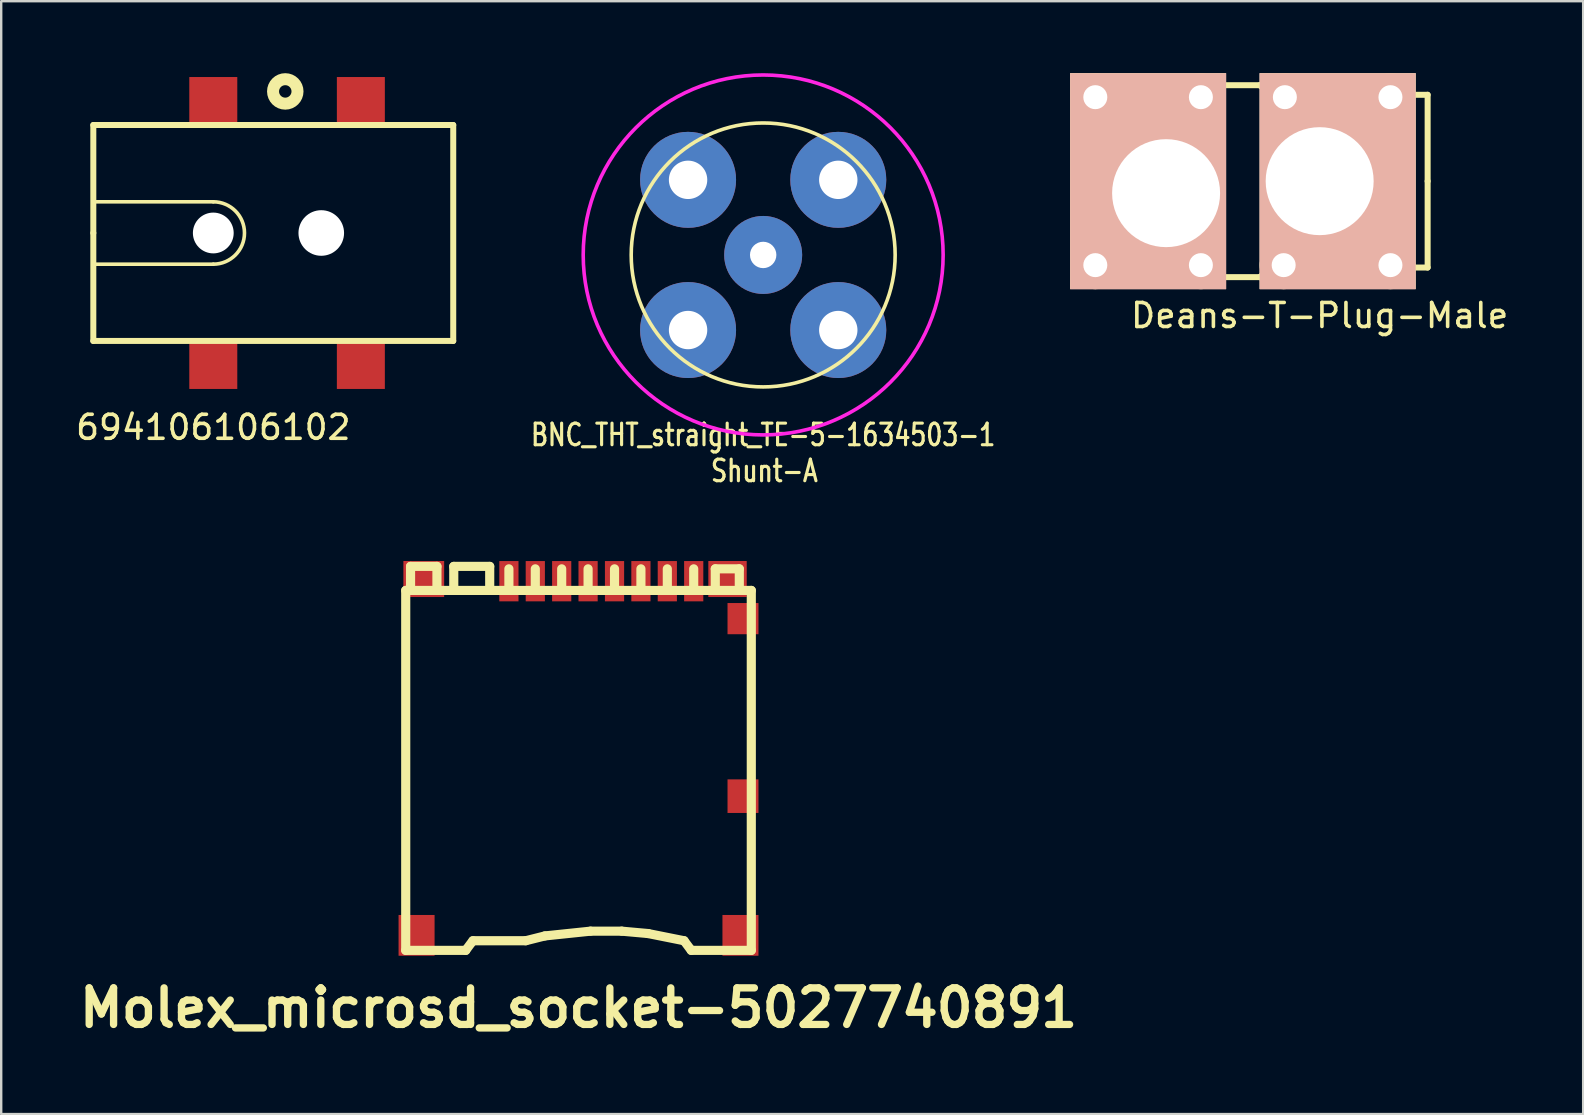
<source format=kicad_pcb>
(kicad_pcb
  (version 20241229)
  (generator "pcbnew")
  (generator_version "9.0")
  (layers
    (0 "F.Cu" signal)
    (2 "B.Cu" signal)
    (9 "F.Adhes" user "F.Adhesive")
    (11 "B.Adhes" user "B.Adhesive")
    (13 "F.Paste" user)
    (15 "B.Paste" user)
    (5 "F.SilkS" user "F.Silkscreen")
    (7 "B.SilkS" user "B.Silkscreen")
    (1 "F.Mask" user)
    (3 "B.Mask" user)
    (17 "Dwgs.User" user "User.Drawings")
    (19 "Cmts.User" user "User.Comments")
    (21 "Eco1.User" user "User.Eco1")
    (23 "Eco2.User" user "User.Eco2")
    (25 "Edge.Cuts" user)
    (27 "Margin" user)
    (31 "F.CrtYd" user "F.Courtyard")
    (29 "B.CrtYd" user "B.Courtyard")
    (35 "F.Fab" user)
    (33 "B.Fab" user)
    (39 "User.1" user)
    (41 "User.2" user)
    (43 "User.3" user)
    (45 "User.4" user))
  (footprint "Deans-T-Plug-Male"
    (layer "F.Cu")
    (at 51.948 4.5)
    (property "Reference" "Deans-T-Plug-Male" (at 0 5.6 0) (layer "F.SilkS") (effects (font (size 1 1) (thickness 0.15))))
    (attr through_hole)
    (fp_line (start -9.4 -4) (end -9.4 0) (stroke (width 0.25) (type solid)) (layer "F.SilkS"))
    (fp_line (start -9.4 4) (end -9.4 0) (stroke (width 0.25) (type solid)) (layer "F.SilkS"))
    (fp_line (start -9 -4) (end -2.5 -4) (stroke (width 0.25) (type solid)) (layer "F.SilkS"))
    (fp_line (start -9 4) (end -2.5 4) (stroke (width 0.25) (type solid)) (layer "F.SilkS"))
    (fp_line (start -2.5 -4) (end -2 -3.6) (stroke (width 0.25) (type solid)) (layer "F.SilkS"))
    (fp_line (start -2.5 4) (end -2 3.6) (stroke (width 0.25) (type solid)) (layer "F.SilkS"))
    (fp_line (start -2 -3.6) (end 4.5 -3.6) (stroke (width 0.25) (type solid)) (layer "F.SilkS"))
    (fp_line (start -2 3.6) (end 4.5 3.6) (stroke (width 0.25) (type solid)) (layer "F.SilkS"))
    (fp_line (start 4.5 -3.6) (end 4.5 0) (stroke (width 0.25) (type solid)) (layer "F.SilkS"))
    (fp_line (start 4.5 3.6) (end 4.5 0) (stroke (width 0.25) (type solid)) (layer "F.SilkS"))
    (fp_line (start -7.15 -1.4) (end -7.15 2.4) (stroke (width 0.25) (type solid)) (layer "Dwgs.User"))
    (fp_line (start -7.15 2.4) (end -5.65 2.4) (stroke (width 0.25) (type solid)) (layer "Dwgs.User"))
    (fp_line (start -5.65 -1.4) (end -7.15 -1.4) (stroke (width 0.25) (type solid)) (layer "Dwgs.User"))
    (fp_line (start -5.65 2.4) (end -5.65 -1.4) (stroke (width 0.25) (type solid)) (layer "Dwgs.User"))
    (fp_line (start -1.9 -0.8) (end -1.9 0.7) (stroke (width 0.25) (type solid)) (layer "Dwgs.User"))
    (fp_line (start -1.9 0.7) (end 1.9 0.7) (stroke (width 0.25) (type solid)) (layer "Dwgs.User"))
    (fp_line (start 1.9 -0.8) (end -1.9 -0.8) (stroke (width 0.25) (type solid)) (layer "Dwgs.User"))
    (fp_line (start 1.9 0.7) (end 1.9 -0.8) (stroke (width 0.25) (type solid)) (layer "Dwgs.User"))
    (pad "1" thru_hole circle (at -1.5 3.5) (size 2 2) (drill 1) (layers "*.Cu" "*.Mask" "F.SilkS"))
    (pad "1" thru_hole circle (at -1.45 -3.5) (size 2 2) (drill 1) (layers "*.Cu" "*.Mask" "F.SilkS"))
    (pad "1" thru_hole rect (at 0 0) (size 6.5 9) (drill 4.5 (offset 0.75 0)) (layers "*.Cu" "*.SilkS" "*.Mask"))
    (pad "1" thru_hole circle (at 2.95 -3.5) (size 2 2) (drill 1) (layers "*.Cu" "*.Mask" "F.SilkS"))
    (pad "1" thru_hole circle (at 2.95 3.5) (size 2 2) (drill 1) (layers "*.Cu" "*.Mask" "F.SilkS"))
    (pad "2" thru_hole circle (at -9.35 -3.5) (size 2 2) (drill 1) (layers "*.Cu" "*.Mask" "F.SilkS"))
    (pad "2" thru_hole circle (at -9.35 3.5) (size 2 2) (drill 1) (layers "*.Cu" "*.Mask" "F.SilkS"))
    (pad "2" thru_hole rect (at -6.4 0.5 90) (size 9 6.5) (drill 4.5 (offset 0.5 -0.75)) (layers "*.Cu" "*.SilkS" "*.Mask"))
    (pad "2" thru_hole circle (at -4.95 -3.5) (size 2 2) (drill 1) (layers "*.Cu" "*.Mask" "F.SilkS"))
    (pad "2" thru_hole circle (at -4.95 3.5) (size 2 2) (drill 1) (layers "*.Cu" "*.Mask" "F.SilkS")))
  (footprint "694106106102"
    (layer "F.Cu")
    (at 5.839 6.66)
    (property "Reference" "694106106102" (at 0 8.1 0) (layer "F.SilkS") (effects (font (size 1 1) (thickness 0.15))))
    (attr through_hole)
    (fp_line (start -5 -4.5) (end 10 -4.5) (stroke (width 0.25) (type solid)) (layer "F.SilkS"))
    (fp_line (start -5 0) (end -5 -4.5) (stroke (width 0.25) (type solid)) (layer "F.SilkS"))
    (fp_line (start -5 4.5) (end -5 0) (stroke (width 0.25) (type solid)) (layer "F.SilkS"))
    (fp_line (start 0 -1.3) (end -5 -1.3) (stroke (width 0.15) (type solid)) (layer "F.SilkS"))
    (fp_line (start 0 1.3) (end -5 1.3) (stroke (width 0.15) (type solid)) (layer "F.SilkS"))
    (fp_line (start 10 -4.5) (end 10 4.5) (stroke (width 0.25) (type solid)) (layer "F.SilkS"))
    (fp_line (start 10 4.5) (end -5 4.5) (stroke (width 0.25) (type solid)) (layer "F.SilkS"))
    (fp_arc (start 0 -1.3) (mid 1.3 0) (end 0 1.3) (stroke (width 0.15) (type solid)) (layer "F.SilkS"))
    (fp_circle (center 3 -5.9) (end 3.1 -5.4) (stroke (width 0.5) (type solid)) (fill no) (layer "F.SilkS"))
    (pad "" np_thru_hole circle (at 0 0) (size 1.7 1.7) (drill 1.7) (layers "*.Cu" "*.Mask"))
    (pad "" np_thru_hole circle (at 4.5 0) (size 1.9 1.9) (drill 1.9) (layers "*.Cu" "*.Mask"))
    (pad "1" smd rect (at 0 -5.5) (size 2 2) (layers "F.Cu" "F.Mask" "F.Paste"))
    (pad "1" smd rect (at 6.15 -5.5) (size 2 2) (layers "F.Cu" "F.Mask" "F.Paste"))
    (pad "2" smd rect (at 0 5.5) (size 2 2) (layers "F.Cu" "F.Mask" "F.Paste"))
    (pad "3" smd rect (at 6.15 5.5) (size 2 2) (layers "F.Cu" "F.Mask" "F.Paste")))
  (footprint "Molex_microsd_socket-5027740891"
    (layer "F.Cu")
    (at 21.06 28.556)
    (property "Reference" "Molex_microsd_socket-5027740891" (at 0 10.399 0) (layer "F.SilkS") (effects (font (size 1.524 1.524) (thickness 0.305))))
    (attr through_hole)
    (fp_line (start -7.201 -7) (end -7.201 8.001) (stroke (width 0.381) (type solid)) (layer "F.SilkS"))
    (fp_line (start -7 -7) (end -7 -8.001) (stroke (width 0.381) (type solid)) (layer "F.SilkS"))
    (fp_line (start -5.9 -8.001) (end -7 -8.001) (stroke (width 0.381) (type solid)) (layer "F.SilkS"))
    (fp_line (start -5.9 -8.001) (end -5.9 -7) (stroke (width 0.381) (type solid)) (layer "F.SilkS"))
    (fp_line (start -5.199 -8.001) (end -5.199 -7) (stroke (width 0.381) (type solid)) (layer "F.SilkS"))
    (fp_line (start -4.699 8.001) (end -7.201 8.001) (stroke (width 0.381) (type solid)) (layer "F.SilkS"))
    (fp_line (start -4.402 7.6) (end -4.702 8.001) (stroke (width 0.381) (type solid)) (layer "F.SilkS"))
    (fp_line (start -3.701 -8.001) (end -5.199 -8.001) (stroke (width 0.381) (type solid)) (layer "F.SilkS"))
    (fp_line (start -3.701 -7) (end -3.701 -8.001) (stroke (width 0.381) (type solid)) (layer "F.SilkS"))
    (fp_line (start -2.901 -7) (end -2.901 -7.899) (stroke (width 0.381) (type solid)) (layer "F.SilkS"))
    (fp_line (start -2.2 7.6) (end -4.399 7.6) (stroke (width 0.381) (type solid)) (layer "F.SilkS"))
    (fp_line (start -2.2 7.6) (end -1.4 7.399) (stroke (width 0.381) (type solid)) (layer "F.SilkS"))
    (fp_line (start -1.801 -7.899) (end -1.801 -7) (stroke (width 0.381) (type solid)) (layer "F.SilkS"))
    (fp_line (start -1.4 7.399) (end 0.5 7.201) (stroke (width 0.381) (type solid)) (layer "F.SilkS"))
    (fp_line (start -0.701 -7.899) (end -0.701 -7.099) (stroke (width 0.381) (type solid)) (layer "F.SilkS"))
    (fp_line (start 0.399 -7.899) (end 0.399 -7) (stroke (width 0.381) (type solid)) (layer "F.SilkS"))
    (fp_line (start 0.5 7.201) (end 1.801 7.201) (stroke (width 0.381) (type solid)) (layer "F.SilkS"))
    (fp_line (start 1.501 -7.899) (end 1.501 -7) (stroke (width 0.381) (type solid)) (layer "F.SilkS"))
    (fp_line (start 1.801 7.201) (end 2.901 7.3) (stroke (width 0.381) (type solid)) (layer "F.SilkS"))
    (fp_line (start 2.601 -7.899) (end 2.601 -7) (stroke (width 0.381) (type solid)) (layer "F.SilkS"))
    (fp_line (start 2.901 7.3) (end 4.399 7.6) (stroke (width 0.381) (type solid)) (layer "F.SilkS"))
    (fp_line (start 3.701 -7.899) (end 3.701 -7) (stroke (width 0.381) (type solid)) (layer "F.SilkS"))
    (fp_line (start 4.699 8.001) (end 4.399 7.6) (stroke (width 0.381) (type solid)) (layer "F.SilkS"))
    (fp_line (start 4.699 8.001) (end 7.201 8.001) (stroke (width 0.381) (type solid)) (layer "F.SilkS"))
    (fp_line (start 4.801 -7.899) (end 4.801 -7) (stroke (width 0.381) (type solid)) (layer "F.SilkS"))
    (fp_line (start 5.7 -7.899) (end 6.701 -7.899) (stroke (width 0.381) (type solid)) (layer "F.SilkS"))
    (fp_line (start 5.7 -7) (end 5.7 -7.899) (stroke (width 0.381) (type solid)) (layer "F.SilkS"))
    (fp_line (start 6.701 -7.899) (end 6.701 -7) (stroke (width 0.381) (type solid)) (layer "F.SilkS"))
    (fp_line (start 7.201 -7) (end -7.201 -7) (stroke (width 0.381) (type solid)) (layer "F.SilkS"))
    (fp_line (start 7.201 8.001) (end 7.201 -7) (stroke (width 0.381) (type solid)) (layer "F.SilkS"))
    (pad "1" smd rect (at -2.901 -7.384) (size 0.8 1.679) (layers "F.Cu" "F.Mask" "F.Paste"))
    (pad "2" smd rect (at -1.801 -7.384) (size 0.8 1.679) (layers "F.Cu" "F.Mask" "F.Paste"))
    (pad "3" smd rect (at -0.701 -7.384) (size 0.8 1.679) (layers "F.Cu" "F.Mask" "F.Paste"))
    (pad "4" smd rect (at 0.399 -7.384) (size 0.8 1.679) (layers "F.Cu" "F.Mask" "F.Paste"))
    (pad "5" smd rect (at 1.501 -7.384) (size 0.8 1.679) (layers "F.Cu" "F.Mask" "F.Paste"))
    (pad "6" smd rect (at 2.601 -7.384) (size 0.8 1.679) (layers "F.Cu" "F.Mask" "F.Paste"))
    (pad "7" smd rect (at 3.701 -7.384) (size 0.8 1.679) (layers "F.Cu" "F.Mask" "F.Paste"))
    (pad "8" smd rect (at 4.801 -7.384) (size 0.8 1.679) (layers "F.Cu" "F.Mask" "F.Paste"))
    (pad "9" smd rect (at -6.749 7.376) (size 1.501 1.699) (layers "F.Cu" "F.Mask" "F.Paste"))
    (pad "9" smd rect (at -6.449 -7.475) (size 1.699 1.501) (layers "F.Cu" "F.Mask" "F.Paste"))
    (pad "9" smd rect (at 6.21 -7.475) (size 1.6 1.501) (layers "F.Cu" "F.Mask" "F.Paste"))
    (pad "9" smd rect (at 6.749 7.376) (size 1.501 1.699) (layers "F.Cu" "F.Mask" "F.Paste"))
    (pad "CD1" smd rect (at 6.855 1.575) (size 1.29 1.4) (layers "F.Cu" "F.Mask" "F.Paste"))
    (pad "CD2" smd rect (at 6.855 -5.824) (size 1.29 1.3) (layers "F.Cu" "F.Mask" "F.Paste")))
  (footprint "BNC_THT_straight_TE-5-1634503-1"
    (layer "F.Cu")
    (at 28.756 7.575)
    (property "Reference" "BNC_THT_straight_TE-5-1634503-1" (at 0 7.5 0) (layer "F.SilkS") (effects (font (size 0.9 0.7) (thickness 0.13))))
    (property "Value" "Shunt-A" (at 0 -0.5 0) (layer "F.Fab") (hide yes) (effects (font (size 1 1) (thickness 0.15))))
    (attr through_hole)
    (fp_circle (center 0 0) (end 5.5 0.05) (stroke (width 0.15) (type solid)) (fill no) (layer "F.SilkS"))
    (fp_circle (center 0 0) (end 7.5 0.05) (stroke (width 0.15) (type solid)) (fill no) (layer "F.CrtYd"))
    (fp_text user "${VALUE}" (at 0.05 9 0) (layer "F.SilkS") (effects (font (size 0.9 0.7) (thickness 0.13))))
    (pad "1" thru_hole circle (at 0 0) (size 3.25 3.25) (drill 1.1) (layers "*.Cu" "*.Mask"))
    (pad "2" thru_hole circle (at -3.13 -3.13) (size 4 4) (drill 1.6) (layers "*.Cu" "*.Mask"))
    (pad "2" thru_hole circle (at -3.13 3.13) (size 4 4) (drill 1.6) (layers "*.Cu" "*.Mask"))
    (pad "2" thru_hole circle (at 3.13 -3.13) (size 4 4) (drill 1.6) (layers "*.Cu" "*.Mask"))
    (pad "2" thru_hole circle (at 3.13 3.13) (size 4 4) (drill 1.6) (layers "*.Cu" "*.Mask")))
  (gr_rect
    (start -3 -3)
    (end 62.93 43.381)
    (stroke (width 0.1) (type default))
    (fill no)
    (layer "Edge.Cuts")))
</source>
